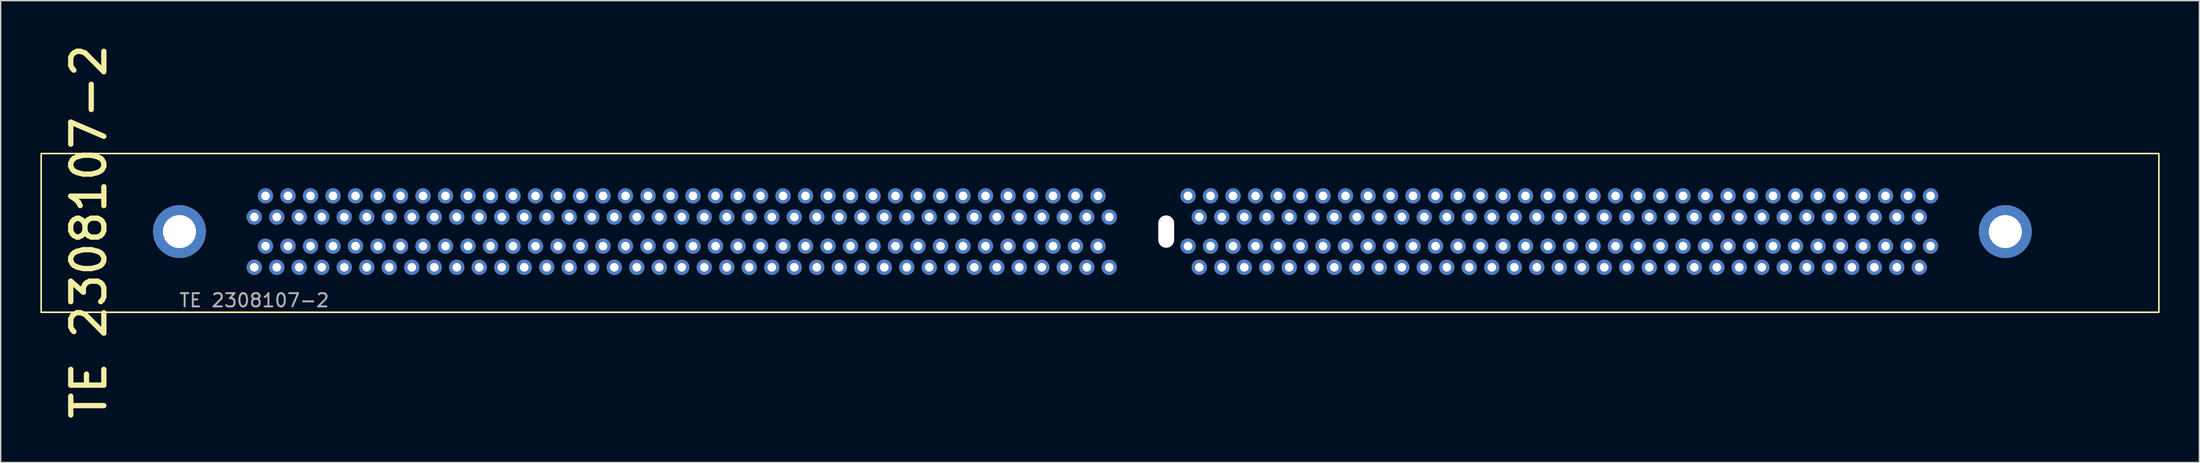
<source format=kicad_pcb>
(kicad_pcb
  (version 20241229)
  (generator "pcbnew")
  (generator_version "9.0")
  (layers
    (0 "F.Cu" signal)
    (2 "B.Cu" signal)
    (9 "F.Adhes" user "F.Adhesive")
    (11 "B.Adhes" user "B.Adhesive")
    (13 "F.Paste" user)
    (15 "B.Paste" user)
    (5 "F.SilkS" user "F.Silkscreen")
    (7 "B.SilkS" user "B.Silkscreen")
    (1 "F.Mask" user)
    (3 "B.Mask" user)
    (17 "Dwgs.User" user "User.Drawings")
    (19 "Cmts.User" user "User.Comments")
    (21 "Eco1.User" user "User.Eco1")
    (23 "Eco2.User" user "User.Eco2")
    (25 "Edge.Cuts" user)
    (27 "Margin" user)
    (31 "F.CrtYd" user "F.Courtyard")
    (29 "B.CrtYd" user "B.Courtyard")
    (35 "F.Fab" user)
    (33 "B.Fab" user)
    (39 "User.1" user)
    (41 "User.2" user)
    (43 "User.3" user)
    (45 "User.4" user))
  (footprint "TE 2308107-2"
    (layer "F.Cu")
    (at 16.16 17.157)
    (property "Reference" "TE 2308107-2" (at -12.5 -2.7 90) (unlocked yes) (layer "F.SilkS") (effects (font (size 2.5 2.5) (thickness 0.4))))
    (attr through_hole)
    (fp_rect (start -16.1 3.4) (end 143.9 -8.6) (stroke (width 0.12) (type solid)) (fill no) (layer "F.SilkS"))
    (fp_text user "${REFERENCE}" (at 0 2.5 0) (unlocked yes) (layer "F.Fab") (effects (font (size 1 1) (thickness 0.15))))
    (pad "" thru_hole circle (at -5.65 -2.7) (size 4 4) (drill 2.5) (layers "*.Cu" "*.Mask"))
    (pad "" np_thru_hole oval (at 68.9 -2.7) (size 1.2 2.45) (drill oval 1.2 2.45) (layers "*.Cu" "*.Mask"))
    (pad "" thru_hole circle (at 132.3 -2.7) (size 4 4) (drill 2.5) (layers "*.Cu" "*.Mask"))
    (pad "1" thru_hole circle (at 0 0) (size 1.16 1.16) (drill 0.65) (layers "*.Cu" "*.Mask"))
    (pad "2" thru_hole circle (at 0.85 -1.6) (size 1.16 1.16) (drill 0.65) (layers "*.Cu" "*.Mask"))
    (pad "3" thru_hole circle (at 1.7 0) (size 1.16 1.16) (drill 0.65) (layers "*.Cu" "*.Mask"))
    (pad "4" thru_hole circle (at 2.55 -1.6) (size 1.16 1.16) (drill 0.65) (layers "*.Cu" "*.Mask"))
    (pad "5" thru_hole circle (at 3.4 0) (size 1.16 1.16) (drill 0.65) (layers "*.Cu" "*.Mask"))
    (pad "6" thru_hole circle (at 4.25 -1.6) (size 1.16 1.16) (drill 0.65) (layers "*.Cu" "*.Mask"))
    (pad "7" thru_hole circle (at 5.1 0) (size 1.16 1.16) (drill 0.65) (layers "*.Cu" "*.Mask"))
    (pad "8" thru_hole circle (at 5.95 -1.6) (size 1.16 1.16) (drill 0.65) (layers "*.Cu" "*.Mask"))
    (pad "9" thru_hole circle (at 6.8 0) (size 1.16 1.16) (drill 0.65) (layers "*.Cu" "*.Mask"))
    (pad "10" thru_hole circle (at 7.65 -1.6) (size 1.16 1.16) (drill 0.65) (layers "*.Cu" "*.Mask"))
    (pad "11" thru_hole circle (at 8.5 0) (size 1.16 1.16) (drill 0.65) (layers "*.Cu" "*.Mask"))
    (pad "12" thru_hole circle (at 9.35 -1.6) (size 1.16 1.16) (drill 0.65) (layers "*.Cu" "*.Mask"))
    (pad "13" thru_hole circle (at 10.2 0) (size 1.16 1.16) (drill 0.65) (layers "*.Cu" "*.Mask"))
    (pad "14" thru_hole circle (at 11.05 -1.6) (size 1.16 1.16) (drill 0.65) (layers "*.Cu" "*.Mask"))
    (pad "15" thru_hole circle (at 11.9 0) (size 1.16 1.16) (drill 0.65) (layers "*.Cu" "*.Mask"))
    (pad "16" thru_hole circle (at 12.75 -1.6) (size 1.16 1.16) (drill 0.65) (layers "*.Cu" "*.Mask"))
    (pad "17" thru_hole circle (at 13.6 0) (size 1.16 1.16) (drill 0.65) (layers "*.Cu" "*.Mask"))
    (pad "18" thru_hole circle (at 14.45 -1.6) (size 1.16 1.16) (drill 0.65) (layers "*.Cu" "*.Mask"))
    (pad "19" thru_hole circle (at 15.3 0) (size 1.16 1.16) (drill 0.65) (layers "*.Cu" "*.Mask"))
    (pad "20" thru_hole circle (at 16.15 -1.6) (size 1.16 1.16) (drill 0.65) (layers "*.Cu" "*.Mask"))
    (pad "21" thru_hole circle (at 17 0) (size 1.16 1.16) (drill 0.65) (layers "*.Cu" "*.Mask"))
    (pad "22" thru_hole circle (at 17.85 -1.6) (size 1.16 1.16) (drill 0.65) (layers "*.Cu" "*.Mask"))
    (pad "23" thru_hole circle (at 18.7 0) (size 1.16 1.16) (drill 0.65) (layers "*.Cu" "*.Mask"))
    (pad "24" thru_hole circle (at 19.55 -1.6) (size 1.16 1.16) (drill 0.65) (layers "*.Cu" "*.Mask"))
    (pad "25" thru_hole circle (at 20.4 0) (size 1.16 1.16) (drill 0.65) (layers "*.Cu" "*.Mask"))
    (pad "26" thru_hole circle (at 21.25 -1.6) (size 1.16 1.16) (drill 0.65) (layers "*.Cu" "*.Mask"))
    (pad "27" thru_hole circle (at 22.1 0) (size 1.16 1.16) (drill 0.65) (layers "*.Cu" "*.Mask"))
    (pad "28" thru_hole circle (at 22.95 -1.6) (size 1.16 1.16) (drill 0.65) (layers "*.Cu" "*.Mask"))
    (pad "29" thru_hole circle (at 23.8 0) (size 1.16 1.16) (drill 0.65) (layers "*.Cu" "*.Mask"))
    (pad "30" thru_hole circle (at 24.65 -1.6) (size 1.16 1.16) (drill 0.65) (layers "*.Cu" "*.Mask"))
    (pad "31" thru_hole circle (at 25.5 0) (size 1.16 1.16) (drill 0.65) (layers "*.Cu" "*.Mask"))
    (pad "32" thru_hole circle (at 26.35 -1.6) (size 1.16 1.16) (drill 0.65) (layers "*.Cu" "*.Mask"))
    (pad "33" thru_hole circle (at 27.2 0) (size 1.16 1.16) (drill 0.65) (layers "*.Cu" "*.Mask"))
    (pad "34" thru_hole circle (at 28.05 -1.6) (size 1.16 1.16) (drill 0.65) (layers "*.Cu" "*.Mask"))
    (pad "35" thru_hole circle (at 28.9 0) (size 1.16 1.16) (drill 0.65) (layers "*.Cu" "*.Mask"))
    (pad "36" thru_hole circle (at 29.75 -1.6) (size 1.16 1.16) (drill 0.65) (layers "*.Cu" "*.Mask"))
    (pad "37" thru_hole circle (at 30.6 0) (size 1.16 1.16) (drill 0.65) (layers "*.Cu" "*.Mask"))
    (pad "38" thru_hole circle (at 31.45 -1.6) (size 1.16 1.16) (drill 0.65) (layers "*.Cu" "*.Mask"))
    (pad "39" thru_hole circle (at 32.3 0) (size 1.16 1.16) (drill 0.65) (layers "*.Cu" "*.Mask"))
    (pad "40" thru_hole circle (at 33.15 -1.6) (size 1.16 1.16) (drill 0.65) (layers "*.Cu" "*.Mask"))
    (pad "41" thru_hole circle (at 34 0) (size 1.16 1.16) (drill 0.65) (layers "*.Cu" "*.Mask"))
    (pad "42" thru_hole circle (at 34.85 -1.6) (size 1.16 1.16) (drill 0.65) (layers "*.Cu" "*.Mask"))
    (pad "43" thru_hole circle (at 35.7 0) (size 1.16 1.16) (drill 0.65) (layers "*.Cu" "*.Mask"))
    (pad "44" thru_hole circle (at 36.55 -1.6) (size 1.16 1.16) (drill 0.65) (layers "*.Cu" "*.Mask"))
    (pad "45" thru_hole circle (at 37.4 0) (size 1.16 1.16) (drill 0.65) (layers "*.Cu" "*.Mask"))
    (pad "46" thru_hole circle (at 38.25 -1.6) (size 1.16 1.16) (drill 0.65) (layers "*.Cu" "*.Mask"))
    (pad "47" thru_hole circle (at 39.1 0) (size 1.16 1.16) (drill 0.65) (layers "*.Cu" "*.Mask"))
    (pad "48" thru_hole circle (at 39.95 -1.6) (size 1.16 1.16) (drill 0.65) (layers "*.Cu" "*.Mask"))
    (pad "49" thru_hole circle (at 40.8 0) (size 1.16 1.16) (drill 0.65) (layers "*.Cu" "*.Mask"))
    (pad "50" thru_hole circle (at 41.65 -1.6) (size 1.16 1.16) (drill 0.65) (layers "*.Cu" "*.Mask"))
    (pad "51" thru_hole circle (at 42.5 0) (size 1.16 1.16) (drill 0.65) (layers "*.Cu" "*.Mask"))
    (pad "52" thru_hole circle (at 43.35 -1.6) (size 1.16 1.16) (drill 0.65) (layers "*.Cu" "*.Mask"))
    (pad "53" thru_hole circle (at 44.2 0) (size 1.16 1.16) (drill 0.65) (layers "*.Cu" "*.Mask"))
    (pad "54" thru_hole circle (at 45.05 -1.6) (size 1.16 1.16) (drill 0.65) (layers "*.Cu" "*.Mask"))
    (pad "55" thru_hole circle (at 45.9 0) (size 1.16 1.16) (drill 0.65) (layers "*.Cu" "*.Mask"))
    (pad "56" thru_hole circle (at 46.75 -1.6) (size 1.16 1.16) (drill 0.65) (layers "*.Cu" "*.Mask"))
    (pad "57" thru_hole circle (at 47.6 0) (size 1.16 1.16) (drill 0.65) (layers "*.Cu" "*.Mask"))
    (pad "58" thru_hole circle (at 48.45 -1.6) (size 1.16 1.16) (drill 0.65) (layers "*.Cu" "*.Mask"))
    (pad "59" thru_hole circle (at 49.3 0) (size 1.16 1.16) (drill 0.65) (layers "*.Cu" "*.Mask"))
    (pad "60" thru_hole circle (at 50.15 -1.6) (size 1.16 1.16) (drill 0.65) (layers "*.Cu" "*.Mask"))
    (pad "61" thru_hole circle (at 51 0) (size 1.16 1.16) (drill 0.65) (layers "*.Cu" "*.Mask"))
    (pad "62" thru_hole circle (at 51.85 -1.6) (size 1.16 1.16) (drill 0.65) (layers "*.Cu" "*.Mask"))
    (pad "63" thru_hole circle (at 52.7 0) (size 1.16 1.16) (drill 0.65) (layers "*.Cu" "*.Mask"))
    (pad "64" thru_hole circle (at 53.55 -1.6) (size 1.16 1.16) (drill 0.65) (layers "*.Cu" "*.Mask"))
    (pad "65" thru_hole circle (at 54.4 0) (size 1.16 1.16) (drill 0.65) (layers "*.Cu" "*.Mask"))
    (pad "66" thru_hole circle (at 55.25 -1.6) (size 1.16 1.16) (drill 0.65) (layers "*.Cu" "*.Mask"))
    (pad "67" thru_hole circle (at 56.1 0) (size 1.16 1.16) (drill 0.65) (layers "*.Cu" "*.Mask"))
    (pad "68" thru_hole circle (at 56.95 -1.6) (size 1.16 1.16) (drill 0.65) (layers "*.Cu" "*.Mask"))
    (pad "69" thru_hole circle (at 57.8 0) (size 1.16 1.16) (drill 0.65) (layers "*.Cu" "*.Mask"))
    (pad "70" thru_hole circle (at 58.65 -1.6) (size 1.16 1.16) (drill 0.65) (layers "*.Cu" "*.Mask"))
    (pad "71" thru_hole circle (at 59.5 0) (size 1.16 1.16) (drill 0.65) (layers "*.Cu" "*.Mask"))
    (pad "72" thru_hole circle (at 60.35 -1.6) (size 1.16 1.16) (drill 0.65) (layers "*.Cu" "*.Mask"))
    (pad "73" thru_hole circle (at 61.2 0) (size 1.16 1.16) (drill 0.65) (layers "*.Cu" "*.Mask"))
    (pad "74" thru_hole circle (at 62.05 -1.6) (size 1.16 1.16) (drill 0.65) (layers "*.Cu" "*.Mask"))
    (pad "75" thru_hole circle (at 62.9 0) (size 1.16 1.16) (drill 0.65) (layers "*.Cu" "*.Mask"))
    (pad "76" thru_hole circle (at 63.75 -1.6) (size 1.16 1.16) (drill 0.65) (layers "*.Cu" "*.Mask"))
    (pad "77" thru_hole circle (at 64.6 0) (size 1.16 1.16) (drill 0.65) (layers "*.Cu" "*.Mask"))
    (pad "78" thru_hole circle (at 70.55 -1.6) (size 1.16 1.16) (drill 0.65) (layers "*.Cu" "*.Mask"))
    (pad "79" thru_hole circle (at 71.4 0) (size 1.16 1.16) (drill 0.65) (layers "*.Cu" "*.Mask"))
    (pad "80" thru_hole circle (at 72.25 -1.6) (size 1.16 1.16) (drill 0.65) (layers "*.Cu" "*.Mask"))
    (pad "81" thru_hole circle (at 73.1 0) (size 1.16 1.16) (drill 0.65) (layers "*.Cu" "*.Mask"))
    (pad "82" thru_hole circle (at 73.95 -1.6) (size 1.16 1.16) (drill 0.65) (layers "*.Cu" "*.Mask"))
    (pad "83" thru_hole circle (at 74.8 0) (size 1.16 1.16) (drill 0.65) (layers "*.Cu" "*.Mask"))
    (pad "84" thru_hole circle (at 75.65 -1.6) (size 1.16 1.16) (drill 0.65) (layers "*.Cu" "*.Mask"))
    (pad "85" thru_hole circle (at 76.5 0) (size 1.16 1.16) (drill 0.65) (layers "*.Cu" "*.Mask"))
    (pad "86" thru_hole circle (at 77.35 -1.6) (size 1.16 1.16) (drill 0.65) (layers "*.Cu" "*.Mask"))
    (pad "87" thru_hole circle (at 78.2 0) (size 1.16 1.16) (drill 0.65) (layers "*.Cu" "*.Mask"))
    (pad "88" thru_hole circle (at 79.05 -1.6) (size 1.16 1.16) (drill 0.65) (layers "*.Cu" "*.Mask"))
    (pad "89" thru_hole circle (at 79.9 0) (size 1.16 1.16) (drill 0.65) (layers "*.Cu" "*.Mask"))
    (pad "90" thru_hole circle (at 80.75 -1.6) (size 1.16 1.16) (drill 0.65) (layers "*.Cu" "*.Mask"))
    (pad "91" thru_hole circle (at 81.6 0) (size 1.16 1.16) (drill 0.65) (layers "*.Cu" "*.Mask"))
    (pad "92" thru_hole circle (at 82.45 -1.6) (size 1.16 1.16) (drill 0.65) (layers "*.Cu" "*.Mask"))
    (pad "93" thru_hole circle (at 83.3 0) (size 1.16 1.16) (drill 0.65) (layers "*.Cu" "*.Mask"))
    (pad "94" thru_hole circle (at 84.15 -1.6) (size 1.16 1.16) (drill 0.65) (layers "*.Cu" "*.Mask"))
    (pad "95" thru_hole circle (at 85 0) (size 1.16 1.16) (drill 0.65) (layers "*.Cu" "*.Mask"))
    (pad "96" thru_hole circle (at 85.85 -1.6) (size 1.16 1.16) (drill 0.65) (layers "*.Cu" "*.Mask"))
    (pad "97" thru_hole circle (at 86.7 0) (size 1.16 1.16) (drill 0.65) (layers "*.Cu" "*.Mask"))
    (pad "98" thru_hole circle (at 87.55 -1.6) (size 1.16 1.16) (drill 0.65) (layers "*.Cu" "*.Mask"))
    (pad "99" thru_hole circle (at 88.4 0) (size 1.16 1.16) (drill 0.65) (layers "*.Cu" "*.Mask"))
    (pad "100" thru_hole circle (at 89.25 -1.6) (size 1.16 1.16) (drill 0.65) (layers "*.Cu" "*.Mask"))
    (pad "101" thru_hole circle (at 90.1 0) (size 1.16 1.16) (drill 0.65) (layers "*.Cu" "*.Mask"))
    (pad "102" thru_hole circle (at 90.95 -1.6) (size 1.16 1.16) (drill 0.65) (layers "*.Cu" "*.Mask"))
    (pad "103" thru_hole circle (at 91.8 0) (size 1.16 1.16) (drill 0.65) (layers "*.Cu" "*.Mask"))
    (pad "104" thru_hole circle (at 92.65 -1.6) (size 1.16 1.16) (drill 0.65) (layers "*.Cu" "*.Mask"))
    (pad "105" thru_hole circle (at 93.5 0) (size 1.16 1.16) (drill 0.65) (layers "*.Cu" "*.Mask"))
    (pad "106" thru_hole circle (at 94.35 -1.6) (size 1.16 1.16) (drill 0.65) (layers "*.Cu" "*.Mask"))
    (pad "107" thru_hole circle (at 95.2 0) (size 1.16 1.16) (drill 0.65) (layers "*.Cu" "*.Mask"))
    (pad "108" thru_hole circle (at 96.05 -1.6) (size 1.16 1.16) (drill 0.65) (layers "*.Cu" "*.Mask"))
    (pad "109" thru_hole circle (at 96.9 0) (size 1.16 1.16) (drill 0.65) (layers "*.Cu" "*.Mask"))
    (pad "110" thru_hole circle (at 97.75 -1.6) (size 1.16 1.16) (drill 0.65) (layers "*.Cu" "*.Mask"))
    (pad "111" thru_hole circle (at 98.6 0) (size 1.16 1.16) (drill 0.65) (layers "*.Cu" "*.Mask"))
    (pad "112" thru_hole circle (at 99.45 -1.6) (size 1.16 1.16) (drill 0.65) (layers "*.Cu" "*.Mask"))
    (pad "113" thru_hole circle (at 100.3 0) (size 1.16 1.16) (drill 0.65) (layers "*.Cu" "*.Mask"))
    (pad "114" thru_hole circle (at 101.15 -1.6) (size 1.16 1.16) (drill 0.65) (layers "*.Cu" "*.Mask"))
    (pad "115" thru_hole circle (at 102 0) (size 1.16 1.16) (drill 0.65) (layers "*.Cu" "*.Mask"))
    (pad "116" thru_hole circle (at 102.85 -1.6) (size 1.16 1.16) (drill 0.65) (layers "*.Cu" "*.Mask"))
    (pad "117" thru_hole circle (at 103.7 0) (size 1.16 1.16) (drill 0.65) (layers "*.Cu" "*.Mask"))
    (pad "118" thru_hole circle (at 104.55 -1.6) (size 1.16 1.16) (drill 0.65) (layers "*.Cu" "*.Mask"))
    (pad "119" thru_hole circle (at 105.4 0) (size 1.16 1.16) (drill 0.65) (layers "*.Cu" "*.Mask"))
    (pad "120" thru_hole circle (at 106.25 -1.6) (size 1.16 1.16) (drill 0.65) (layers "*.Cu" "*.Mask"))
    (pad "121" thru_hole circle (at 107.1 0) (size 1.16 1.16) (drill 0.65) (layers "*.Cu" "*.Mask"))
    (pad "122" thru_hole circle (at 107.95 -1.6) (size 1.16 1.16) (drill 0.65) (layers "*.Cu" "*.Mask"))
    (pad "123" thru_hole circle (at 108.8 0) (size 1.16 1.16) (drill 0.65) (layers "*.Cu" "*.Mask"))
    (pad "124" thru_hole circle (at 109.65 -1.6) (size 1.16 1.16) (drill 0.65) (layers "*.Cu" "*.Mask"))
    (pad "125" thru_hole circle (at 110.5 0) (size 1.16 1.16) (drill 0.65) (layers "*.Cu" "*.Mask"))
    (pad "126" thru_hole circle (at 111.35 -1.6) (size 1.16 1.16) (drill 0.65) (layers "*.Cu" "*.Mask"))
    (pad "127" thru_hole circle (at 112.2 0) (size 1.16 1.16) (drill 0.65) (layers "*.Cu" "*.Mask"))
    (pad "128" thru_hole circle (at 113.05 -1.6) (size 1.16 1.16) (drill 0.65) (layers "*.Cu" "*.Mask"))
    (pad "129" thru_hole circle (at 113.9 0) (size 1.16 1.16) (drill 0.65) (layers "*.Cu" "*.Mask"))
    (pad "130" thru_hole circle (at 114.75 -1.6) (size 1.16 1.16) (drill 0.65) (layers "*.Cu" "*.Mask"))
    (pad "131" thru_hole circle (at 115.6 0) (size 1.16 1.16) (drill 0.65) (layers "*.Cu" "*.Mask"))
    (pad "132" thru_hole circle (at 116.45 -1.6) (size 1.16 1.16) (drill 0.65) (layers "*.Cu" "*.Mask"))
    (pad "133" thru_hole circle (at 117.3 0) (size 1.16 1.16) (drill 0.65) (layers "*.Cu" "*.Mask"))
    (pad "134" thru_hole circle (at 118.15 -1.6) (size 1.16 1.16) (drill 0.65) (layers "*.Cu" "*.Mask"))
    (pad "135" thru_hole circle (at 119 0) (size 1.16 1.16) (drill 0.65) (layers "*.Cu" "*.Mask"))
    (pad "136" thru_hole circle (at 119.85 -1.6) (size 1.16 1.16) (drill 0.65) (layers "*.Cu" "*.Mask"))
    (pad "137" thru_hole circle (at 120.7 0) (size 1.16 1.16) (drill 0.65) (layers "*.Cu" "*.Mask"))
    (pad "138" thru_hole circle (at 121.55 -1.6) (size 1.16 1.16) (drill 0.65) (layers "*.Cu" "*.Mask"))
    (pad "139" thru_hole circle (at 122.4 0) (size 1.16 1.16) (drill 0.65) (layers "*.Cu" "*.Mask"))
    (pad "140" thru_hole circle (at 123.25 -1.6) (size 1.16 1.16) (drill 0.65) (layers "*.Cu" "*.Mask"))
    (pad "141" thru_hole circle (at 124.1 0) (size 1.16 1.16) (drill 0.65) (layers "*.Cu" "*.Mask"))
    (pad "142" thru_hole circle (at 124.95 -1.6) (size 1.16 1.16) (drill 0.65) (layers "*.Cu" "*.Mask"))
    (pad "143" thru_hole circle (at 125.8 0) (size 1.16 1.16) (drill 0.65) (layers "*.Cu" "*.Mask"))
    (pad "144" thru_hole circle (at 126.65 -1.6) (size 1.16 1.16) (drill 0.65) (layers "*.Cu" "*.Mask"))
    (pad "145" thru_hole circle (at 0 -3.8) (size 1.16 1.16) (drill 0.65) (layers "*.Cu" "*.Mask"))
    (pad "146" thru_hole circle (at 0.85 -5.4) (size 1.16 1.16) (drill 0.65) (layers "*.Cu" "*.Mask"))
    (pad "147" thru_hole circle (at 1.7 -3.8) (size 1.16 1.16) (drill 0.65) (layers "*.Cu" "*.Mask"))
    (pad "148" thru_hole circle (at 2.55 -5.4) (size 1.16 1.16) (drill 0.65) (layers "*.Cu" "*.Mask"))
    (pad "149" thru_hole circle (at 3.4 -3.8) (size 1.16 1.16) (drill 0.65) (layers "*.Cu" "*.Mask"))
    (pad "150" thru_hole circle (at 4.25 -5.4) (size 1.16 1.16) (drill 0.65) (layers "*.Cu" "*.Mask"))
    (pad "151" thru_hole circle (at 5.1 -3.8) (size 1.16 1.16) (drill 0.65) (layers "*.Cu" "*.Mask"))
    (pad "152" thru_hole circle (at 5.95 -5.4) (size 1.16 1.16) (drill 0.65) (layers "*.Cu" "*.Mask"))
    (pad "153" thru_hole circle (at 6.8 -3.8) (size 1.16 1.16) (drill 0.65) (layers "*.Cu" "*.Mask"))
    (pad "154" thru_hole circle (at 7.65 -5.4) (size 1.16 1.16) (drill 0.65) (layers "*.Cu" "*.Mask"))
    (pad "155" thru_hole circle (at 8.5 -3.8) (size 1.16 1.16) (drill 0.65) (layers "*.Cu" "*.Mask"))
    (pad "156" thru_hole circle (at 9.35 -5.4) (size 1.16 1.16) (drill 0.65) (layers "*.Cu" "*.Mask"))
    (pad "157" thru_hole circle (at 10.2 -3.8) (size 1.16 1.16) (drill 0.65) (layers "*.Cu" "*.Mask"))
    (pad "158" thru_hole circle (at 11.05 -5.4) (size 1.16 1.16) (drill 0.65) (layers "*.Cu" "*.Mask"))
    (pad "159" thru_hole circle (at 11.9 -3.8) (size 1.16 1.16) (drill 0.65) (layers "*.Cu" "*.Mask"))
    (pad "160" thru_hole circle (at 12.75 -5.4) (size 1.16 1.16) (drill 0.65) (layers "*.Cu" "*.Mask"))
    (pad "161" thru_hole circle (at 13.6 -3.8) (size 1.16 1.16) (drill 0.65) (layers "*.Cu" "*.Mask"))
    (pad "162" thru_hole circle (at 14.45 -5.4) (size 1.16 1.16) (drill 0.65) (layers "*.Cu" "*.Mask"))
    (pad "163" thru_hole circle (at 15.3 -3.8) (size 1.16 1.16) (drill 0.65) (layers "*.Cu" "*.Mask"))
    (pad "164" thru_hole circle (at 16.15 -5.4) (size 1.16 1.16) (drill 0.65) (layers "*.Cu" "*.Mask"))
    (pad "165" thru_hole circle (at 17 -3.8) (size 1.16 1.16) (drill 0.65) (layers "*.Cu" "*.Mask"))
    (pad "166" thru_hole circle (at 17.85 -5.4) (size 1.16 1.16) (drill 0.65) (layers "*.Cu" "*.Mask"))
    (pad "167" thru_hole circle (at 18.7 -3.8) (size 1.16 1.16) (drill 0.65) (layers "*.Cu" "*.Mask"))
    (pad "168" thru_hole circle (at 19.55 -5.4) (size 1.16 1.16) (drill 0.65) (layers "*.Cu" "*.Mask"))
    (pad "169" thru_hole circle (at 20.4 -3.8) (size 1.16 1.16) (drill 0.65) (layers "*.Cu" "*.Mask"))
    (pad "170" thru_hole circle (at 21.25 -5.4) (size 1.16 1.16) (drill 0.65) (layers "*.Cu" "*.Mask"))
    (pad "171" thru_hole circle (at 22.1 -3.8) (size 1.16 1.16) (drill 0.65) (layers "*.Cu" "*.Mask"))
    (pad "172" thru_hole circle (at 22.95 -5.4) (size 1.16 1.16) (drill 0.65) (layers "*.Cu" "*.Mask"))
    (pad "173" thru_hole circle (at 23.8 -3.8) (size 1.16 1.16) (drill 0.65) (layers "*.Cu" "*.Mask"))
    (pad "174" thru_hole circle (at 24.65 -5.4) (size 1.16 1.16) (drill 0.65) (layers "*.Cu" "*.Mask"))
    (pad "175" thru_hole circle (at 25.5 -3.8) (size 1.16 1.16) (drill 0.65) (layers "*.Cu" "*.Mask"))
    (pad "176" thru_hole circle (at 26.35 -5.4) (size 1.16 1.16) (drill 0.65) (layers "*.Cu" "*.Mask"))
    (pad "177" thru_hole circle (at 27.2 -3.8) (size 1.16 1.16) (drill 0.65) (layers "*.Cu" "*.Mask"))
    (pad "178" thru_hole circle (at 28.05 -5.4) (size 1.16 1.16) (drill 0.65) (layers "*.Cu" "*.Mask"))
    (pad "179" thru_hole circle (at 28.9 -3.8) (size 1.16 1.16) (drill 0.65) (layers "*.Cu" "*.Mask"))
    (pad "180" thru_hole circle (at 29.75 -5.4) (size 1.16 1.16) (drill 0.65) (layers "*.Cu" "*.Mask"))
    (pad "181" thru_hole circle (at 30.6 -3.8) (size 1.16 1.16) (drill 0.65) (layers "*.Cu" "*.Mask"))
    (pad "182" thru_hole circle (at 31.45 -5.4) (size 1.16 1.16) (drill 0.65) (layers "*.Cu" "*.Mask"))
    (pad "183" thru_hole circle (at 32.3 -3.8) (size 1.16 1.16) (drill 0.65) (layers "*.Cu" "*.Mask"))
    (pad "184" thru_hole circle (at 33.15 -5.4) (size 1.16 1.16) (drill 0.65) (layers "*.Cu" "*.Mask"))
    (pad "185" thru_hole circle (at 34 -3.8) (size 1.16 1.16) (drill 0.65) (layers "*.Cu" "*.Mask"))
    (pad "186" thru_hole circle (at 34.85 -5.4) (size 1.16 1.16) (drill 0.65) (layers "*.Cu" "*.Mask"))
    (pad "187" thru_hole circle (at 35.7 -3.8) (size 1.16 1.16) (drill 0.65) (layers "*.Cu" "*.Mask"))
    (pad "188" thru_hole circle (at 36.55 -5.4) (size 1.16 1.16) (drill 0.65) (layers "*.Cu" "*.Mask"))
    (pad "189" thru_hole circle (at 37.4 -3.8) (size 1.16 1.16) (drill 0.65) (layers "*.Cu" "*.Mask"))
    (pad "190" thru_hole circle (at 38.25 -5.4) (size 1.16 1.16) (drill 0.65) (layers "*.Cu" "*.Mask"))
    (pad "191" thru_hole circle (at 39.1 -3.8) (size 1.16 1.16) (drill 0.65) (layers "*.Cu" "*.Mask"))
    (pad "192" thru_hole circle (at 39.95 -5.4) (size 1.16 1.16) (drill 0.65) (layers "*.Cu" "*.Mask"))
    (pad "193" thru_hole circle (at 40.8 -3.8) (size 1.16 1.16) (drill 0.65) (layers "*.Cu" "*.Mask"))
    (pad "194" thru_hole circle (at 41.65 -5.4) (size 1.16 1.16) (drill 0.65) (layers "*.Cu" "*.Mask"))
    (pad "195" thru_hole circle (at 42.5 -3.8) (size 1.16 1.16) (drill 0.65) (layers "*.Cu" "*.Mask"))
    (pad "196" thru_hole circle (at 43.35 -5.4) (size 1.16 1.16) (drill 0.65) (layers "*.Cu" "*.Mask"))
    (pad "197" thru_hole circle (at 44.2 -3.8) (size 1.16 1.16) (drill 0.65) (layers "*.Cu" "*.Mask"))
    (pad "198" thru_hole circle (at 45.05 -5.4) (size 1.16 1.16) (drill 0.65) (layers "*.Cu" "*.Mask"))
    (pad "199" thru_hole circle (at 45.9 -3.8) (size 1.16 1.16) (drill 0.65) (layers "*.Cu" "*.Mask"))
    (pad "200" thru_hole circle (at 46.75 -5.4) (size 1.16 1.16) (drill 0.65) (layers "*.Cu" "*.Mask"))
    (pad "201" thru_hole circle (at 47.6 -3.8) (size 1.16 1.16) (drill 0.65) (layers "*.Cu" "*.Mask"))
    (pad "202" thru_hole circle (at 48.45 -5.4) (size 1.16 1.16) (drill 0.65) (layers "*.Cu" "*.Mask"))
    (pad "203" thru_hole circle (at 49.3 -3.8) (size 1.16 1.16) (drill 0.65) (layers "*.Cu" "*.Mask"))
    (pad "204" thru_hole circle (at 50.15 -5.4) (size 1.16 1.16) (drill 0.65) (layers "*.Cu" "*.Mask"))
    (pad "205" thru_hole circle (at 51 -3.8) (size 1.16 1.16) (drill 0.65) (layers "*.Cu" "*.Mask"))
    (pad "206" thru_hole circle (at 51.85 -5.4) (size 1.16 1.16) (drill 0.65) (layers "*.Cu" "*.Mask"))
    (pad "207" thru_hole circle (at 52.7 -3.8) (size 1.16 1.16) (drill 0.65) (layers "*.Cu" "*.Mask"))
    (pad "208" thru_hole circle (at 53.55 -5.4) (size 1.16 1.16) (drill 0.65) (layers "*.Cu" "*.Mask"))
    (pad "209" thru_hole circle (at 54.4 -3.8) (size 1.16 1.16) (drill 0.65) (layers "*.Cu" "*.Mask"))
    (pad "210" thru_hole circle (at 55.25 -5.4) (size 1.16 1.16) (drill 0.65) (layers "*.Cu" "*.Mask"))
    (pad "211" thru_hole circle (at 56.1 -3.8) (size 1.16 1.16) (drill 0.65) (layers "*.Cu" "*.Mask"))
    (pad "212" thru_hole circle (at 56.95 -5.4) (size 1.16 1.16) (drill 0.65) (layers "*.Cu" "*.Mask"))
    (pad "213" thru_hole circle (at 57.8 -3.8) (size 1.16 1.16) (drill 0.65) (layers "*.Cu" "*.Mask"))
    (pad "214" thru_hole circle (at 58.65 -5.4) (size 1.16 1.16) (drill 0.65) (layers "*.Cu" "*.Mask"))
    (pad "215" thru_hole circle (at 59.5 -3.8) (size 1.16 1.16) (drill 0.65) (layers "*.Cu" "*.Mask"))
    (pad "216" thru_hole circle (at 60.35 -5.4) (size 1.16 1.16) (drill 0.65) (layers "*.Cu" "*.Mask"))
    (pad "217" thru_hole circle (at 61.2 -3.8) (size 1.16 1.16) (drill 0.65) (layers "*.Cu" "*.Mask"))
    (pad "218" thru_hole circle (at 62.05 -5.4) (size 1.16 1.16) (drill 0.65) (layers "*.Cu" "*.Mask"))
    (pad "219" thru_hole circle (at 62.9 -3.8) (size 1.16 1.16) (drill 0.65) (layers "*.Cu" "*.Mask"))
    (pad "220" thru_hole circle (at 63.75 -5.4) (size 1.16 1.16) (drill 0.65) (layers "*.Cu" "*.Mask"))
    (pad "221" thru_hole circle (at 64.6 -3.8) (size 1.16 1.16) (drill 0.65) (layers "*.Cu" "*.Mask"))
    (pad "222" thru_hole circle (at 70.55 -5.4) (size 1.16 1.16) (drill 0.65) (layers "*.Cu" "*.Mask"))
    (pad "223" thru_hole circle (at 71.4 -3.8) (size 1.16 1.16) (drill 0.65) (layers "*.Cu" "*.Mask"))
    (pad "224" thru_hole circle (at 72.25 -5.4) (size 1.16 1.16) (drill 0.65) (layers "*.Cu" "*.Mask"))
    (pad "225" thru_hole circle (at 73.1 -3.8) (size 1.16 1.16) (drill 0.65) (layers "*.Cu" "*.Mask"))
    (pad "226" thru_hole circle (at 73.95 -5.4) (size 1.16 1.16) (drill 0.65) (layers "*.Cu" "*.Mask"))
    (pad "227" thru_hole circle (at 74.8 -3.8) (size 1.16 1.16) (drill 0.65) (layers "*.Cu" "*.Mask"))
    (pad "228" thru_hole circle (at 75.65 -5.4) (size 1.16 1.16) (drill 0.65) (layers "*.Cu" "*.Mask"))
    (pad "229" thru_hole circle (at 76.5 -3.8) (size 1.16 1.16) (drill 0.65) (layers "*.Cu" "*.Mask"))
    (pad "230" thru_hole circle (at 77.35 -5.4) (size 1.16 1.16) (drill 0.65) (layers "*.Cu" "*.Mask"))
    (pad "231" thru_hole circle (at 78.2 -3.8) (size 1.16 1.16) (drill 0.65) (layers "*.Cu" "*.Mask"))
    (pad "232" thru_hole circle (at 79.05 -5.4) (size 1.16 1.16) (drill 0.65) (layers "*.Cu" "*.Mask"))
    (pad "233" thru_hole circle (at 79.9 -3.8) (size 1.16 1.16) (drill 0.65) (layers "*.Cu" "*.Mask"))
    (pad "234" thru_hole circle (at 80.75 -5.4) (size 1.16 1.16) (drill 0.65) (layers "*.Cu" "*.Mask"))
    (pad "235" thru_hole circle (at 81.6 -3.8) (size 1.16 1.16) (drill 0.65) (layers "*.Cu" "*.Mask"))
    (pad "236" thru_hole circle (at 82.45 -5.4) (size 1.16 1.16) (drill 0.65) (layers "*.Cu" "*.Mask"))
    (pad "237" thru_hole circle (at 83.3 -3.8) (size 1.16 1.16) (drill 0.65) (layers "*.Cu" "*.Mask"))
    (pad "238" thru_hole circle (at 84.15 -5.4) (size 1.16 1.16) (drill 0.65) (layers "*.Cu" "*.Mask"))
    (pad "239" thru_hole circle (at 85 -3.8) (size 1.16 1.16) (drill 0.65) (layers "*.Cu" "*.Mask"))
    (pad "240" thru_hole circle (at 85.85 -5.4) (size 1.16 1.16) (drill 0.65) (layers "*.Cu" "*.Mask"))
    (pad "241" thru_hole circle (at 86.7 -3.8) (size 1.16 1.16) (drill 0.65) (layers "*.Cu" "*.Mask"))
    (pad "242" thru_hole circle (at 87.55 -5.4) (size 1.16 1.16) (drill 0.65) (layers "*.Cu" "*.Mask"))
    (pad "243" thru_hole circle (at 88.4 -3.8) (size 1.16 1.16) (drill 0.65) (layers "*.Cu" "*.Mask"))
    (pad "244" thru_hole circle (at 89.25 -5.4) (size 1.16 1.16) (drill 0.65) (layers "*.Cu" "*.Mask"))
    (pad "245" thru_hole circle (at 90.1 -3.8) (size 1.16 1.16) (drill 0.65) (layers "*.Cu" "*.Mask"))
    (pad "246" thru_hole circle (at 90.95 -5.4) (size 1.16 1.16) (drill 0.65) (layers "*.Cu" "*.Mask"))
    (pad "247" thru_hole circle (at 91.8 -3.8) (size 1.16 1.16) (drill 0.65) (layers "*.Cu" "*.Mask"))
    (pad "248" thru_hole circle (at 92.65 -5.4) (size 1.16 1.16) (drill 0.65) (layers "*.Cu" "*.Mask"))
    (pad "249" thru_hole circle (at 93.5 -3.8) (size 1.16 1.16) (drill 0.65) (layers "*.Cu" "*.Mask"))
    (pad "250" thru_hole circle (at 94.35 -5.4) (size 1.16 1.16) (drill 0.65) (layers "*.Cu" "*.Mask"))
    (pad "251" thru_hole circle (at 95.2 -3.8) (size 1.16 1.16) (drill 0.65) (layers "*.Cu" "*.Mask"))
    (pad "252" thru_hole circle (at 96.05 -5.4) (size 1.16 1.16) (drill 0.65) (layers "*.Cu" "*.Mask"))
    (pad "253" thru_hole circle (at 96.9 -3.8) (size 1.16 1.16) (drill 0.65) (layers "*.Cu" "*.Mask"))
    (pad "254" thru_hole circle (at 97.75 -5.4) (size 1.16 1.16) (drill 0.65) (layers "*.Cu" "*.Mask"))
    (pad "255" thru_hole circle (at 98.6 -3.8) (size 1.16 1.16) (drill 0.65) (layers "*.Cu" "*.Mask"))
    (pad "256" thru_hole circle (at 99.45 -5.4) (size 1.16 1.16) (drill 0.65) (layers "*.Cu" "*.Mask"))
    (pad "257" thru_hole circle (at 100.3 -3.8) (size 1.16 1.16) (drill 0.65) (layers "*.Cu" "*.Mask"))
    (pad "258" thru_hole circle (at 101.15 -5.4) (size 1.16 1.16) (drill 0.65) (layers "*.Cu" "*.Mask"))
    (pad "259" thru_hole circle (at 102 -3.8) (size 1.16 1.16) (drill 0.65) (layers "*.Cu" "*.Mask"))
    (pad "260" thru_hole circle (at 102.85 -5.4) (size 1.16 1.16) (drill 0.65) (layers "*.Cu" "*.Mask"))
    (pad "261" thru_hole circle (at 103.7 -3.8) (size 1.16 1.16) (drill 0.65) (layers "*.Cu" "*.Mask"))
    (pad "262" thru_hole circle (at 104.55 -5.4) (size 1.16 1.16) (drill 0.65) (layers "*.Cu" "*.Mask"))
    (pad "263" thru_hole circle (at 105.4 -3.8) (size 1.16 1.16) (drill 0.65) (layers "*.Cu" "*.Mask"))
    (pad "264" thru_hole circle (at 106.25 -5.4) (size 1.16 1.16) (drill 0.65) (layers "*.Cu" "*.Mask"))
    (pad "265" thru_hole circle (at 107.1 -3.8) (size 1.16 1.16) (drill 0.65) (layers "*.Cu" "*.Mask"))
    (pad "266" thru_hole circle (at 107.95 -5.4) (size 1.16 1.16) (drill 0.65) (layers "*.Cu" "*.Mask"))
    (pad "267" thru_hole circle (at 108.8 -3.8) (size 1.16 1.16) (drill 0.65) (layers "*.Cu" "*.Mask"))
    (pad "268" thru_hole circle (at 109.65 -5.4) (size 1.16 1.16) (drill 0.65) (layers "*.Cu" "*.Mask"))
    (pad "269" thru_hole circle (at 110.5 -3.8) (size 1.16 1.16) (drill 0.65) (layers "*.Cu" "*.Mask"))
    (pad "270" thru_hole circle (at 111.35 -5.4) (size 1.16 1.16) (drill 0.65) (layers "*.Cu" "*.Mask"))
    (pad "271" thru_hole circle (at 112.2 -3.8) (size 1.16 1.16) (drill 0.65) (layers "*.Cu" "*.Mask"))
    (pad "272" thru_hole circle (at 113.05 -5.4) (size 1.16 1.16) (drill 0.65) (layers "*.Cu" "*.Mask"))
    (pad "273" thru_hole circle (at 113.9 -3.8) (size 1.16 1.16) (drill 0.65) (layers "*.Cu" "*.Mask"))
    (pad "274" thru_hole circle (at 114.75 -5.4) (size 1.16 1.16) (drill 0.65) (layers "*.Cu" "*.Mask"))
    (pad "275" thru_hole circle (at 115.6 -3.8) (size 1.16 1.16) (drill 0.65) (layers "*.Cu" "*.Mask"))
    (pad "276" thru_hole circle (at 116.45 -5.4) (size 1.16 1.16) (drill 0.65) (layers "*.Cu" "*.Mask"))
    (pad "277" thru_hole circle (at 117.3 -3.8) (size 1.16 1.16) (drill 0.65) (layers "*.Cu" "*.Mask"))
    (pad "278" thru_hole circle (at 118.15 -5.4) (size 1.16 1.16) (drill 0.65) (layers "*.Cu" "*.Mask"))
    (pad "279" thru_hole circle (at 119 -3.8) (size 1.16 1.16) (drill 0.65) (layers "*.Cu" "*.Mask"))
    (pad "280" thru_hole circle (at 119.85 -5.4) (size 1.16 1.16) (drill 0.65) (layers "*.Cu" "*.Mask"))
    (pad "281" thru_hole circle (at 120.7 -3.8) (size 1.16 1.16) (drill 0.65) (layers "*.Cu" "*.Mask"))
    (pad "282" thru_hole circle (at 121.55 -5.4) (size 1.16 1.16) (drill 0.65) (layers "*.Cu" "*.Mask"))
    (pad "283" thru_hole circle (at 122.4 -3.8) (size 1.16 1.16) (drill 0.65) (layers "*.Cu" "*.Mask"))
    (pad "284" thru_hole circle (at 123.25 -5.4) (size 1.16 1.16) (drill 0.65) (layers "*.Cu" "*.Mask"))
    (pad "285" thru_hole circle (at 124.1 -3.8) (size 1.16 1.16) (drill 0.65) (layers "*.Cu" "*.Mask"))
    (pad "286" thru_hole circle (at 124.95 -5.4) (size 1.16 1.16) (drill 0.65) (layers "*.Cu" "*.Mask"))
    (pad "287" thru_hole circle (at 125.8 -3.8) (size 1.16 1.16) (drill 0.65) (layers "*.Cu" "*.Mask"))
    (pad "288" thru_hole circle (at 126.65 -5.4) (size 1.16 1.16) (drill 0.65) (layers "*.Cu" "*.Mask")))
  (gr_rect
    (start -3 -3)
    (end 163.12 31.914)
    (stroke (width 0.1) (type default))
    (fill no)
    (layer "Edge.Cuts")))
</source>
